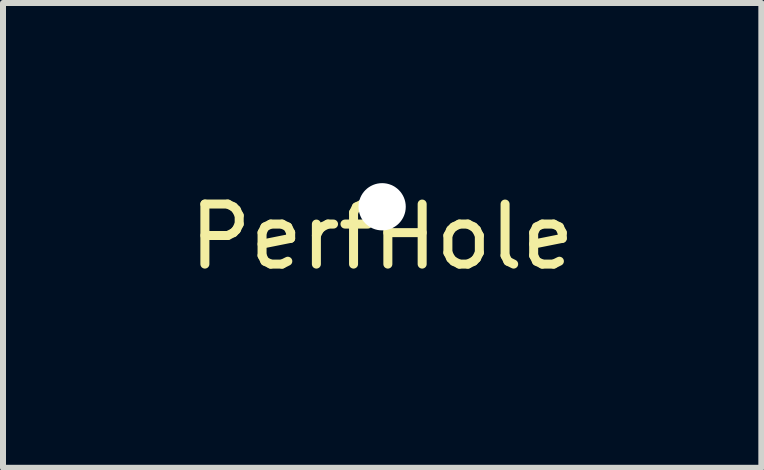
<source format=kicad_pcb>
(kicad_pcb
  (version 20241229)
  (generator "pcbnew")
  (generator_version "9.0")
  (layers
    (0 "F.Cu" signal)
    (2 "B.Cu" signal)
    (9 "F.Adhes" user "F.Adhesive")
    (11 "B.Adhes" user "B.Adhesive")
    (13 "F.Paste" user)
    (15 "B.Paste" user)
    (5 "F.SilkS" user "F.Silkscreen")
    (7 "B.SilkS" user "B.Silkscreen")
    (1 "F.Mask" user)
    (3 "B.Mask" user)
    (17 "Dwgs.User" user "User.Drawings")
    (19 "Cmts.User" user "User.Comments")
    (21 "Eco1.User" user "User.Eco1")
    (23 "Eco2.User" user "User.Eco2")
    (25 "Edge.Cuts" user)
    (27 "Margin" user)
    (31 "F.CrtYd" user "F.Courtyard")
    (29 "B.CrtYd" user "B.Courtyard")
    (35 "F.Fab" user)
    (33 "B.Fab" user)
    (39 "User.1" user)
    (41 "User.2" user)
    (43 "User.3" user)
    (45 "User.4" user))
  (footprint "PerfHole"
    (layer "F.Cu")
    (at 3.315 0.394)
    (property "Reference" "PerfHole" (at 0 0.5 0) (layer "F.SilkS") (effects (font (size 1 1) (thickness 0.15))))
    (attr through_hole)
    (pad "" np_thru_hole oval (at 0 0) (size 0.787 0.787) (drill oval 0.787) (layers "*.Cu" "*.Mask")))
  (gr_rect
    (start -3 -3)
    (end 9.631 4.742)
    (stroke (width 0.1) (type default))
    (fill no)
    (layer "Edge.Cuts")))
</source>
